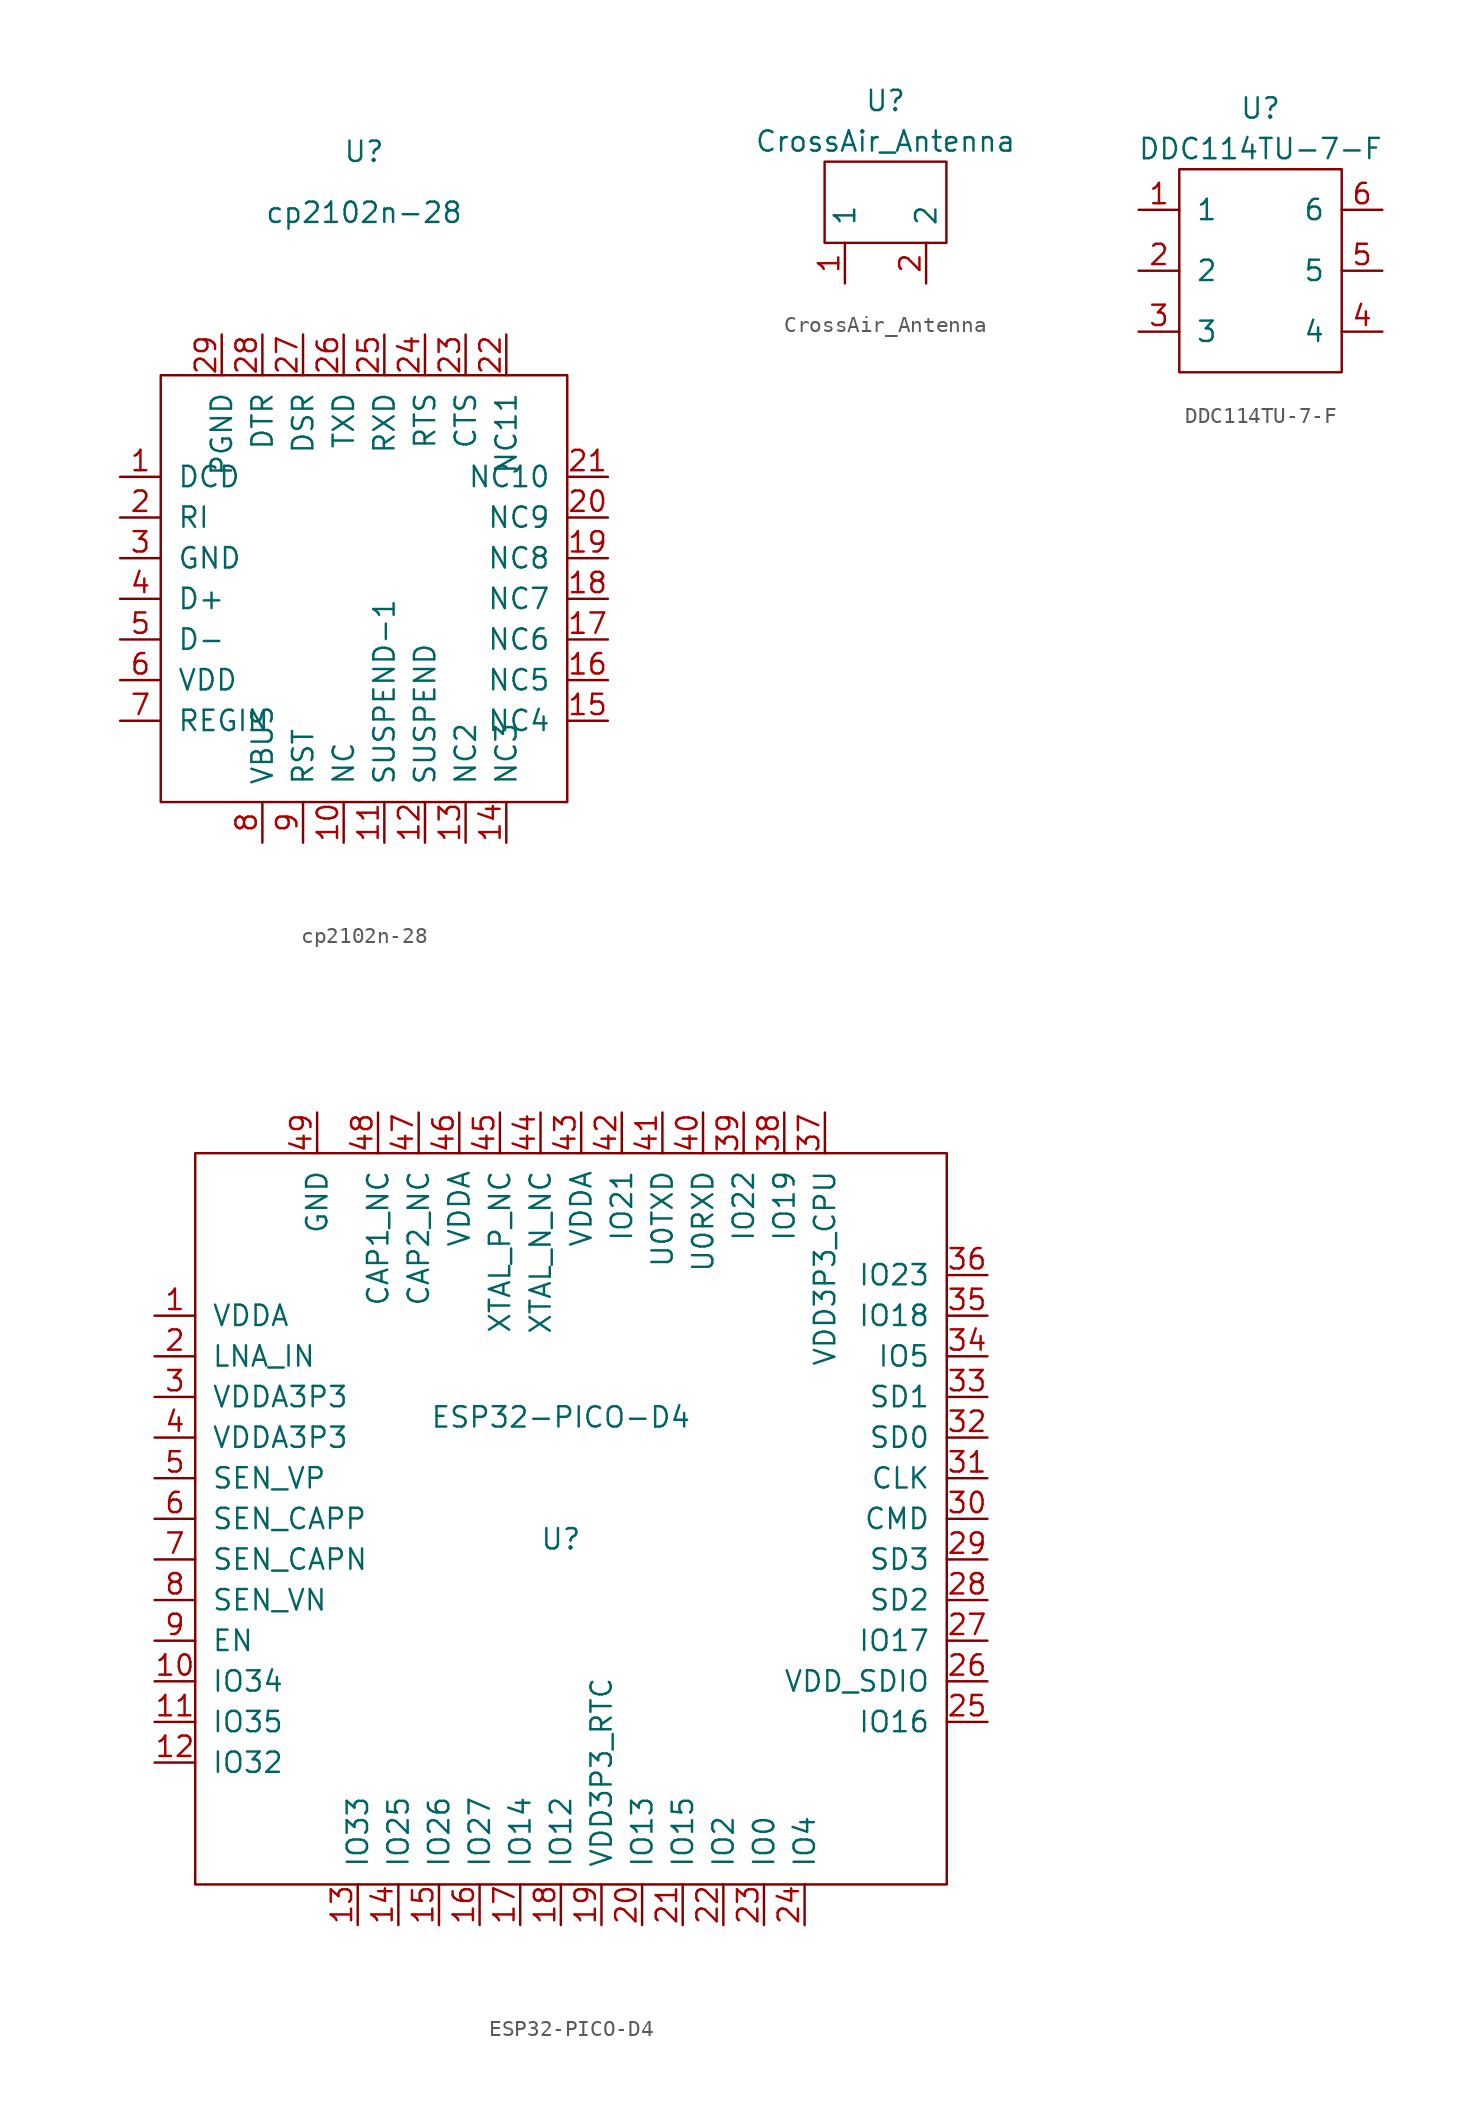
<source format=kicad_sym>
(kicad_symbol_lib
  (version 20211014)
  (generator kicad_symbol_editor)
  (symbol "cp2102n-28"
    (pin_names
      (offset 1.016))
    (property "Reference" "U"
      (at 0 26.67 0)
      (effects (font (size 1.27 1.27))))
    (property "Value" "cp2102n-28"
      (at 0 22.86 0)
      (effects (font (size 1.27 1.27))))
    (symbol "cp2102n-28_0_1"
      (rectangle (start -12.7 12.7) (end 12.7 -13.97) (stroke (width 0) (type default) (color 0 0 0 0)) (fill (type none))))
    (symbol "cp2102n-28_1_1"
      (pin passive line (at -15.24 6.35 0) (length 2.54) (name "DCD" (effects (font (size 1.27 1.27)))) (number "1" (effects (font (size 1.27 1.27)))))
      (pin passive line (at -1.27 -16.51 90) (length 2.54) (name "NC" (effects (font (size 1.27 1.27)))) (number "10" (effects (font (size 1.27 1.27)))))
      (pin passive line (at 1.27 -16.51 90) (length 2.54) (name "SUSPEND-1" (effects (font (size 1.27 1.27)))) (number "11" (effects (font (size 1.27 1.27)))))
      (pin passive line (at 3.81 -16.51 90) (length 2.54) (name "SUSPEND" (effects (font (size 1.27 1.27)))) (number "12" (effects (font (size 1.27 1.27)))))
      (pin passive line (at 6.35 -16.51 90) (length 2.54) (name "NC2" (effects (font (size 1.27 1.27)))) (number "13" (effects (font (size 1.27 1.27)))))
      (pin passive line (at 8.89 -16.51 90) (length 2.54) (name "NC3" (effects (font (size 1.27 1.27)))) (number "14" (effects (font (size 1.27 1.27)))))
      (pin passive line (at 15.24 -8.89 180) (length 2.54) (name "NC4" (effects (font (size 1.27 1.27)))) (number "15" (effects (font (size 1.27 1.27)))))
      (pin passive line (at 15.24 -6.35 180) (length 2.54) (name "NC5" (effects (font (size 1.27 1.27)))) (number "16" (effects (font (size 1.27 1.27)))))
      (pin passive line (at 15.24 -3.81 180) (length 2.54) (name "NC6" (effects (font (size 1.27 1.27)))) (number "17" (effects (font (size 1.27 1.27)))))
      (pin passive line (at 15.24 -1.27 180) (length 2.54) (name "NC7" (effects (font (size 1.27 1.27)))) (number "18" (effects (font (size 1.27 1.27)))))
      (pin passive line (at 15.24 1.27 180) (length 2.54) (name "NC8" (effects (font (size 1.27 1.27)))) (number "19" (effects (font (size 1.27 1.27)))))
      (pin passive line (at -15.24 3.81 0) (length 2.54) (name "RI" (effects (font (size 1.27 1.27)))) (number "2" (effects (font (size 1.27 1.27)))))
      (pin passive line (at 15.24 3.81 180) (length 2.54) (name "NC9" (effects (font (size 1.27 1.27)))) (number "20" (effects (font (size 1.27 1.27)))))
      (pin passive line (at 15.24 6.35 180) (length 2.54) (name "NC10" (effects (font (size 1.27 1.27)))) (number "21" (effects (font (size 1.27 1.27)))))
      (pin passive line (at 8.89 15.24 270) (length 2.54) (name "NC11" (effects (font (size 1.27 1.27)))) (number "22" (effects (font (size 1.27 1.27)))))
      (pin passive line (at 6.35 15.24 270) (length 2.54) (name "CTS" (effects (font (size 1.27 1.27)))) (number "23" (effects (font (size 1.27 1.27)))))
      (pin passive line (at 3.81 15.24 270) (length 2.54) (name "RTS" (effects (font (size 1.27 1.27)))) (number "24" (effects (font (size 1.27 1.27)))))
      (pin passive line (at 1.27 15.24 270) (length 2.54) (name "RXD" (effects (font (size 1.27 1.27)))) (number "25" (effects (font (size 1.27 1.27)))))
      (pin passive line (at -1.27 15.24 270) (length 2.54) (name "TXD" (effects (font (size 1.27 1.27)))) (number "26" (effects (font (size 1.27 1.27)))))
      (pin passive line (at -3.81 15.24 270) (length 2.54) (name "DSR" (effects (font (size 1.27 1.27)))) (number "27" (effects (font (size 1.27 1.27)))))
      (pin passive line (at -6.35 15.24 270) (length 2.54) (name "DTR" (effects (font (size 1.27 1.27)))) (number "28" (effects (font (size 1.27 1.27)))))
      (pin passive line (at -8.89 15.24 270) (length 2.54) (name "PGND" (effects (font (size 1.27 1.27)))) (number "29" (effects (font (size 1.27 1.27)))))
      (pin passive line (at -15.24 1.27 0) (length 2.54) (name "GND" (effects (font (size 1.27 1.27)))) (number "3" (effects (font (size 1.27 1.27)))))
      (pin passive line (at -15.24 -1.27 0) (length 2.54) (name "D+" (effects (font (size 1.27 1.27)))) (number "4" (effects (font (size 1.27 1.27)))))
      (pin passive line (at -15.24 -3.81 0) (length 2.54) (name "D-" (effects (font (size 1.27 1.27)))) (number "5" (effects (font (size 1.27 1.27)))))
      (pin passive line (at -15.24 -6.35 0) (length 2.54) (name "VDD" (effects (font (size 1.27 1.27)))) (number "6" (effects (font (size 1.27 1.27)))))
      (pin passive line (at -15.24 -8.89 0) (length 2.54) (name "REGIN" (effects (font (size 1.27 1.27)))) (number "7" (effects (font (size 1.27 1.27)))))
      (pin passive line (at -6.35 -16.51 90) (length 2.54) (name "VBUS" (effects (font (size 1.27 1.27)))) (number "8" (effects (font (size 1.27 1.27)))))
      (pin passive line (at -3.81 -16.51 90) (length 2.54) (name "RST" (effects (font (size 1.27 1.27)))) (number "9" (effects (font (size 1.27 1.27)))))))
  (symbol "CrossAir_Antenna"
    (pin_names
      (offset 1.016))
    (property "Reference" "U"
      (at 0 6.35 0)
      (effects (font (size 1.27 1.27))))
    (property "Value" "CrossAir_Antenna"
      (at 0 3.81 0)
      (effects (font (size 1.27 1.27))))
    (symbol "CrossAir_Antenna_0_1"
      (rectangle (start -3.81 2.54) (end 3.81 -2.54) (stroke (width 0) (type default) (color 0 0 0 0)) (fill (type none))))
    (symbol "CrossAir_Antenna_1_1"
      (pin passive line (at -2.54 -5.08 90) (length 2.54) (name "1" (effects (font (size 1.27 1.27)))) (number "1" (effects (font (size 1.27 1.27)))))
      (pin passive line (at 2.54 -5.08 90) (length 2.54) (name "2" (effects (font (size 1.27 1.27)))) (number "2" (effects (font (size 1.27 1.27)))))))
  (symbol "DDC114TU-7-F"
    (pin_names
      (offset 1.016))
    (property "Reference" "U"
      (at 0 10.16 0)
      (effects (font (size 1.27 1.27))))
    (property "Value" "DDC114TU-7-F"
      (at 0 7.62 0)
      (effects (font (size 1.27 1.27))))
    (symbol "DDC114TU-7-F_0_1"
      (rectangle (start -5.08 6.35) (end 5.08 -6.35) (stroke (width 0) (type default) (color 0 0 0 0)) (fill (type none))))
    (symbol "DDC114TU-7-F_1_1"
      (pin passive line (at -7.62 3.81 0) (length 2.54) (name "1" (effects (font (size 1.27 1.27)))) (number "1" (effects (font (size 1.27 1.27)))))
      (pin passive line (at -7.62 0 0) (length 2.54) (name "2" (effects (font (size 1.27 1.27)))) (number "2" (effects (font (size 1.27 1.27)))))
      (pin passive line (at -7.62 -3.81 0) (length 2.54) (name "3" (effects (font (size 1.27 1.27)))) (number "3" (effects (font (size 1.27 1.27)))))
      (pin passive line (at 7.62 -3.81 180) (length 2.54) (name "4" (effects (font (size 1.27 1.27)))) (number "4" (effects (font (size 1.27 1.27)))))
      (pin passive line (at 7.62 0 180) (length 2.54) (name "5" (effects (font (size 1.27 1.27)))) (number "5" (effects (font (size 1.27 1.27)))))
      (pin passive line (at 7.62 3.81 180) (length 2.54) (name "6" (effects (font (size 1.27 1.27)))) (number "6" (effects (font (size 1.27 1.27)))))))
  (symbol "ESP32-PICO-D4"
    (pin_names
      (offset 1.016))
    (property "Reference" "U"
      (at 0 -1.27 0)
      (effects (font (size 1.27 1.27))))
    (property "Value" "ESP32-PICO-D4"
      (at 0 6.35 0)
      (effects (font (size 1.27 1.27))))
    (symbol "ESP32-PICO-D4_0_0"
      (pin passive line (at -25.4 10.16 0) (length 2.54) (name "LNA_IN" (effects (font (size 1.27 1.27)))) (number "2" (effects (font (size 1.27 1.27))))))
    (symbol "ESP32-PICO-D4_0_1"
      (rectangle (start -22.86 22.86) (end 24.13 -22.86) (stroke (width 0) (type default) (color 0 0 0 0)) (fill (type none))))
    (symbol "ESP32-PICO-D4_1_1"
      (pin passive line (at -25.4 12.7 0) (length 2.54) (name "VDDA" (effects (font (size 1.27 1.27)))) (number "1" (effects (font (size 1.27 1.27)))))
      (pin passive line (at -25.4 -10.16 0) (length 2.54) (name "IO34" (effects (font (size 1.27 1.27)))) (number "10" (effects (font (size 1.27 1.27)))))
      (pin passive line (at -25.4 -12.7 0) (length 2.54) (name "IO35" (effects (font (size 1.27 1.27)))) (number "11" (effects (font (size 1.27 1.27)))))
      (pin passive line (at -25.4 -15.24 0) (length 2.54) (name "IO32" (effects (font (size 1.27 1.27)))) (number "12" (effects (font (size 1.27 1.27)))))
      (pin passive line (at -12.7 -25.4 90) (length 2.54) (name "IO33" (effects (font (size 1.27 1.27)))) (number "13" (effects (font (size 1.27 1.27)))))
      (pin passive line (at -10.16 -25.4 90) (length 2.54) (name "IO25" (effects (font (size 1.27 1.27)))) (number "14" (effects (font (size 1.27 1.27)))))
      (pin passive line (at -7.62 -25.4 90) (length 2.54) (name "IO26" (effects (font (size 1.27 1.27)))) (number "15" (effects (font (size 1.27 1.27)))))
      (pin passive line (at -5.08 -25.4 90) (length 2.54) (name "IO27" (effects (font (size 1.27 1.27)))) (number "16" (effects (font (size 1.27 1.27)))))
      (pin passive line (at -2.54 -25.4 90) (length 2.54) (name "IO14" (effects (font (size 1.27 1.27)))) (number "17" (effects (font (size 1.27 1.27)))))
      (pin passive line (at 0 -25.4 90) (length 2.54) (name "IO12" (effects (font (size 1.27 1.27)))) (number "18" (effects (font (size 1.27 1.27)))))
      (pin passive line (at 2.54 -25.4 90) (length 2.54) (name "VDD3P3_RTC" (effects (font (size 1.27 1.27)))) (number "19" (effects (font (size 1.27 1.27)))))
      (pin passive line (at 5.08 -25.4 90) (length 2.54) (name "IO13" (effects (font (size 1.27 1.27)))) (number "20" (effects (font (size 1.27 1.27)))))
      (pin passive line (at 7.62 -25.4 90) (length 2.54) (name "IO15" (effects (font (size 1.27 1.27)))) (number "21" (effects (font (size 1.27 1.27)))))
      (pin passive line (at 10.16 -25.4 90) (length 2.54) (name "IO2" (effects (font (size 1.27 1.27)))) (number "22" (effects (font (size 1.27 1.27)))))
      (pin passive line (at 12.7 -25.4 90) (length 2.54) (name "IO0" (effects (font (size 1.27 1.27)))) (number "23" (effects (font (size 1.27 1.27)))))
      (pin passive line (at 15.24 -25.4 90) (length 2.54) (name "IO4" (effects (font (size 1.27 1.27)))) (number "24" (effects (font (size 1.27 1.27)))))
      (pin passive line (at 26.67 -12.7 180) (length 2.54) (name "IO16" (effects (font (size 1.27 1.27)))) (number "25" (effects (font (size 1.27 1.27)))))
      (pin passive line (at 26.67 -10.16 180) (length 2.54) (name "VDD_SDIO" (effects (font (size 1.27 1.27)))) (number "26" (effects (font (size 1.27 1.27)))))
      (pin passive line (at 26.67 -7.62 180) (length 2.54) (name "IO17" (effects (font (size 1.27 1.27)))) (number "27" (effects (font (size 1.27 1.27)))))
      (pin passive line (at 26.67 -5.08 180) (length 2.54) (name "SD2" (effects (font (size 1.27 1.27)))) (number "28" (effects (font (size 1.27 1.27)))))
      (pin passive line (at 26.67 -2.54 180) (length 2.54) (name "SD3" (effects (font (size 1.27 1.27)))) (number "29" (effects (font (size 1.27 1.27)))))
      (pin passive line (at -25.4 7.62 0) (length 2.54) (name "VDDA3P3" (effects (font (size 1.27 1.27)))) (number "3" (effects (font (size 1.27 1.27)))))
      (pin passive line (at 26.67 0 180) (length 2.54) (name "CMD" (effects (font (size 1.27 1.27)))) (number "30" (effects (font (size 1.27 1.27)))))
      (pin passive line (at 26.67 2.54 180) (length 2.54) (name "CLK" (effects (font (size 1.27 1.27)))) (number "31" (effects (font (size 1.27 1.27)))))
      (pin passive line (at 26.67 5.08 180) (length 2.54) (name "SD0" (effects (font (size 1.27 1.27)))) (number "32" (effects (font (size 1.27 1.27)))))
      (pin passive line (at 26.67 7.62 180) (length 2.54) (name "SD1" (effects (font (size 1.27 1.27)))) (number "33" (effects (font (size 1.27 1.27)))))
      (pin passive line (at 26.67 10.16 180) (length 2.54) (name "IO5" (effects (font (size 1.27 1.27)))) (number "34" (effects (font (size 1.27 1.27)))))
      (pin passive line (at 26.67 12.7 180) (length 2.54) (name "IO18" (effects (font (size 1.27 1.27)))) (number "35" (effects (font (size 1.27 1.27)))))
      (pin passive line (at 26.67 15.24 180) (length 2.54) (name "IO23" (effects (font (size 1.27 1.27)))) (number "36" (effects (font (size 1.27 1.27)))))
      (pin passive line (at 16.51 25.4 270) (length 2.54) (name "VDD3P3_CPU" (effects (font (size 1.27 1.27)))) (number "37" (effects (font (size 1.27 1.27)))))
      (pin passive line (at 13.97 25.4 270) (length 2.54) (name "IO19" (effects (font (size 1.27 1.27)))) (number "38" (effects (font (size 1.27 1.27)))))
      (pin passive line (at 11.43 25.4 270) (length 2.54) (name "IO22" (effects (font (size 1.27 1.27)))) (number "39" (effects (font (size 1.27 1.27)))))
      (pin passive line (at -25.4 5.08 0) (length 2.54) (name "VDDA3P3" (effects (font (size 1.27 1.27)))) (number "4" (effects (font (size 1.27 1.27)))))
      (pin passive line (at 8.89 25.4 270) (length 2.54) (name "U0RXD" (effects (font (size 1.27 1.27)))) (number "40" (effects (font (size 1.27 1.27)))))
      (pin passive line (at 6.35 25.4 270) (length 2.54) (name "U0TXD" (effects (font (size 1.27 1.27)))) (number "41" (effects (font (size 1.27 1.27)))))
      (pin passive line (at 3.81 25.4 270) (length 2.54) (name "IO21" (effects (font (size 1.27 1.27)))) (number "42" (effects (font (size 1.27 1.27)))))
      (pin passive line (at 1.27 25.4 270) (length 2.54) (name "VDDA" (effects (font (size 1.27 1.27)))) (number "43" (effects (font (size 1.27 1.27)))))
      (pin passive line (at -1.27 25.4 270) (length 2.54) (name "XTAL_N_NC" (effects (font (size 1.27 1.27)))) (number "44" (effects (font (size 1.27 1.27)))))
      (pin passive line (at -3.81 25.4 270) (length 2.54) (name "XTAL_P_NC" (effects (font (size 1.27 1.27)))) (number "45" (effects (font (size 1.27 1.27)))))
      (pin passive line (at -6.35 25.4 270) (length 2.54) (name "VDDA" (effects (font (size 1.27 1.27)))) (number "46" (effects (font (size 1.27 1.27)))))
      (pin passive line (at -8.89 25.4 270) (length 2.54) (name "CAP2_NC" (effects (font (size 1.27 1.27)))) (number "47" (effects (font (size 1.27 1.27)))))
      (pin passive line (at -11.43 25.4 270) (length 2.54) (name "CAP1_NC" (effects (font (size 1.27 1.27)))) (number "48" (effects (font (size 1.27 1.27)))))
      (pin passive line (at -15.24 25.4 270) (length 2.54) (name "GND" (effects (font (size 1.27 1.27)))) (number "49" (effects (font (size 1.27 1.27)))))
      (pin passive line (at -25.4 2.54 0) (length 2.54) (name "SEN_VP" (effects (font (size 1.27 1.27)))) (number "5" (effects (font (size 1.27 1.27)))))
      (pin passive line (at -25.4 0 0) (length 2.54) (name "SEN_CAPP" (effects (font (size 1.27 1.27)))) (number "6" (effects (font (size 1.27 1.27)))))
      (pin passive line (at -25.4 -2.54 0) (length 2.54) (name "SEN_CAPN" (effects (font (size 1.27 1.27)))) (number "7" (effects (font (size 1.27 1.27)))))
      (pin passive line (at -25.4 -5.08 0) (length 2.54) (name "SEN_VN" (effects (font (size 1.27 1.27)))) (number "8" (effects (font (size 1.27 1.27)))))
      (pin passive line (at -25.4 -7.62 0) (length 2.54) (name "EN" (effects (font (size 1.27 1.27)))) (number "9" (effects (font (size 1.27 1.27))))))))
</source>
